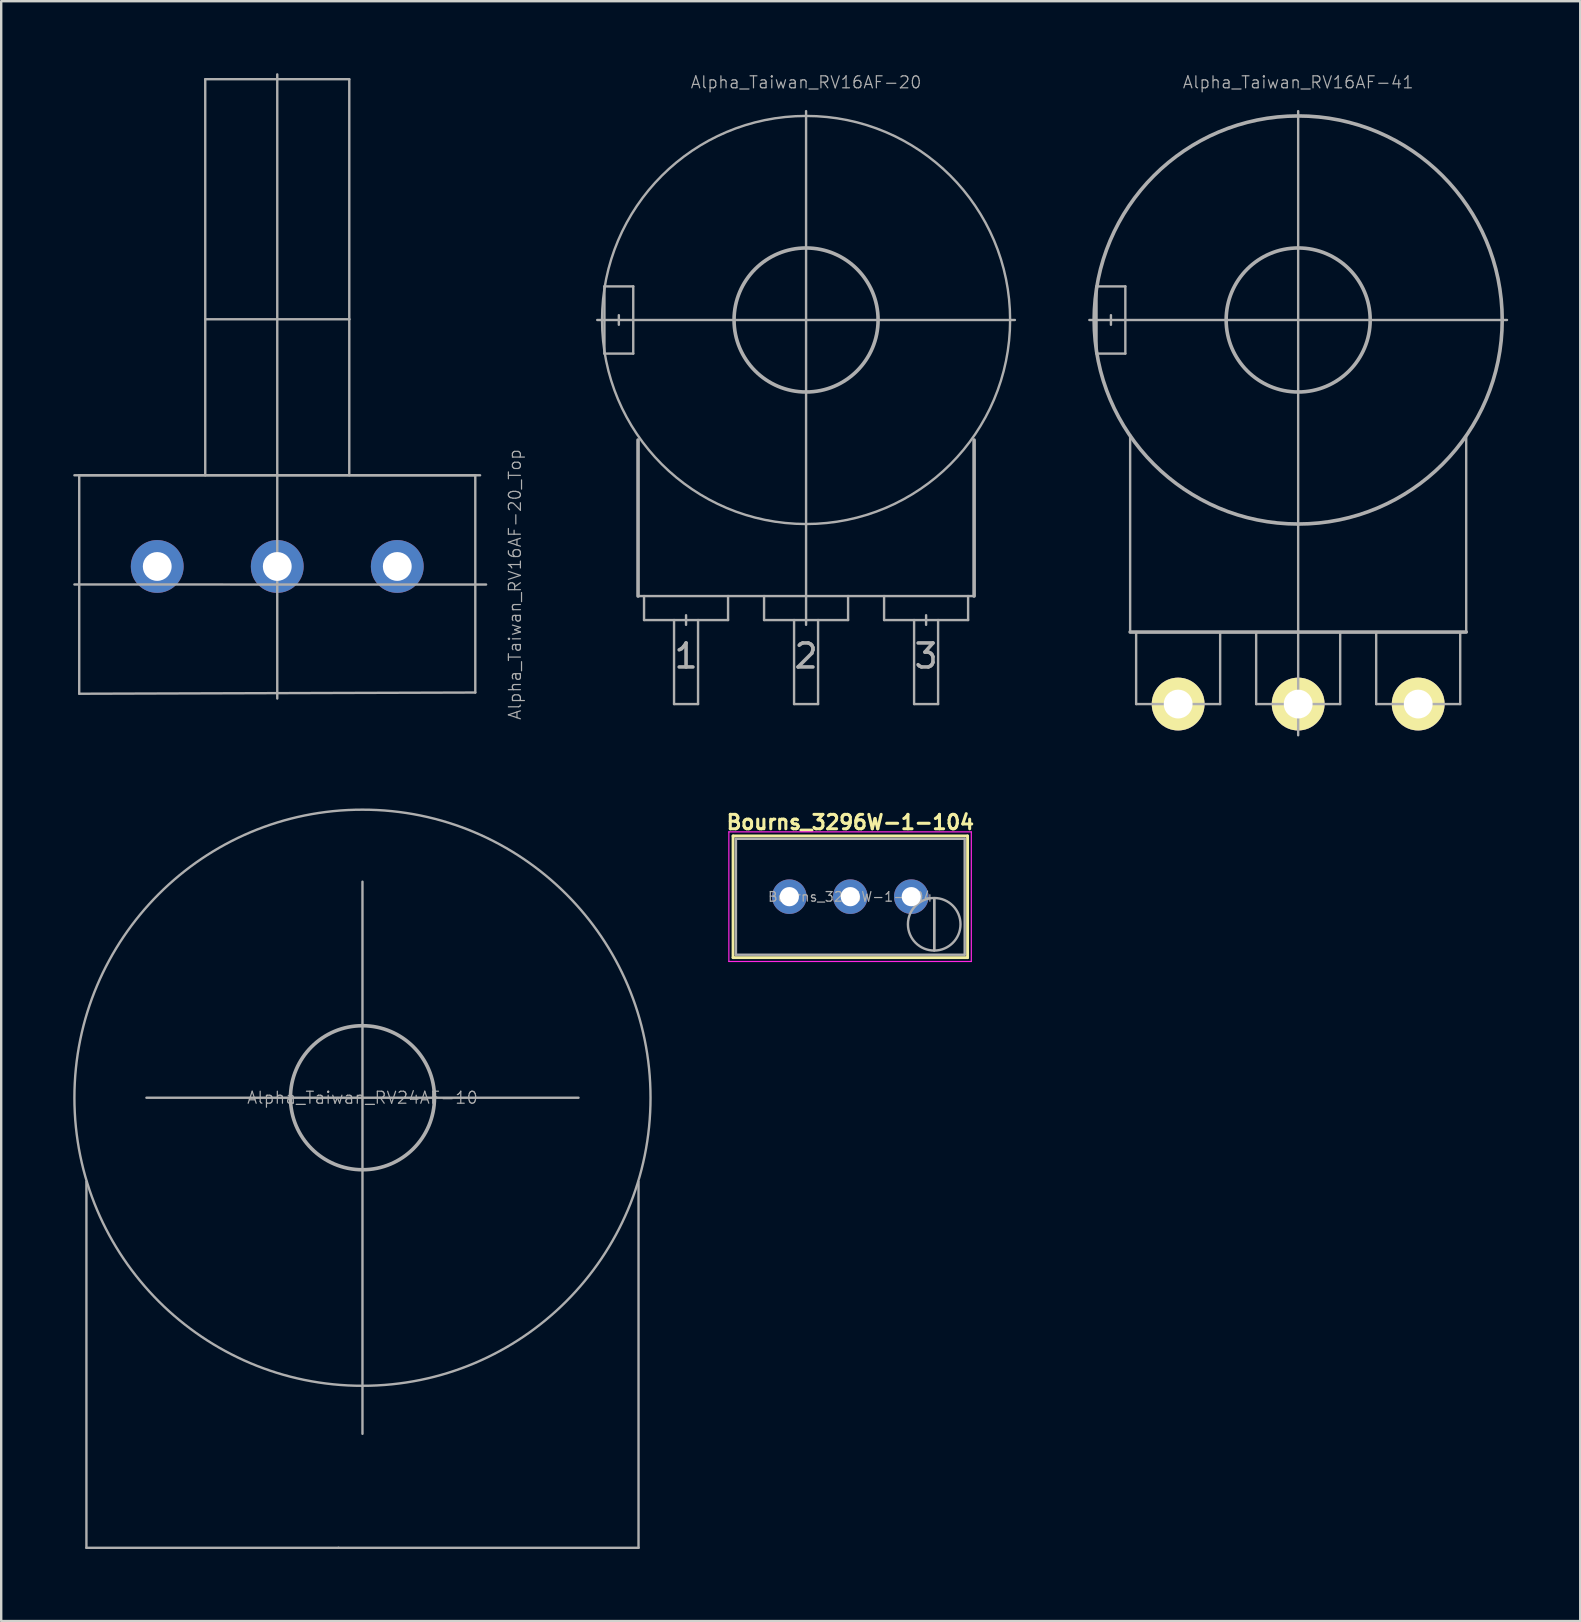
<source format=kicad_pcb>
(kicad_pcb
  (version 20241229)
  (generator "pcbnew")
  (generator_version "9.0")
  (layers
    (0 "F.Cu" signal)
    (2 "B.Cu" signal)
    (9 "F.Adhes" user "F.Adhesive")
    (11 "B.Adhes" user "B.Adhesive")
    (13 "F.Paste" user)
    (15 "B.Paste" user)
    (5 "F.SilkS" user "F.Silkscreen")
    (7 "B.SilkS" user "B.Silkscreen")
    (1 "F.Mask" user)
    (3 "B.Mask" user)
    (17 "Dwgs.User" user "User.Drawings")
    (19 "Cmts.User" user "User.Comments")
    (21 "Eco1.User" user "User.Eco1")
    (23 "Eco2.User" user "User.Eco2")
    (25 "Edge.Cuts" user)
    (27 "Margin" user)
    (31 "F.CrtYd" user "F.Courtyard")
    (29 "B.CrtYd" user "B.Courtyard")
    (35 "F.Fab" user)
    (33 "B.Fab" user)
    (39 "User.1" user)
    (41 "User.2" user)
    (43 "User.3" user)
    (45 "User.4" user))
  (footprint "Alpha_Taiwan_RV16AF-20"
    (layer "F.Cu")
    (at 30.53 10.28)
    (property "Reference" "Alpha_Taiwan_RV16AF-20" (at 0 -9.9 0) (layer "F.Fab") (effects (font (size 0.5 0.5) (thickness 0.05))))
    (attr through_hole)
    (fp_line (start -8.7 0) (end 8.7 0) (stroke (width 0.1) (type solid)) (layer "F.Fab"))
    (fp_line (start -8.4 -1.4) (end -7.2 -1.4) (stroke (width 0.1) (type solid)) (layer "F.Fab"))
    (fp_line (start -8.4 1.4) (end -8.4 -1.4) (stroke (width 0.1) (type solid)) (layer "F.Fab"))
    (fp_line (start -7.8 -0.2) (end -7.8 0.2) (stroke (width 0.1) (type solid)) (layer "F.Fab"))
    (fp_line (start -7.2 -1.4) (end -7.2 1.4) (stroke (width 0.1) (type solid)) (layer "F.Fab"))
    (fp_line (start -7.2 1.4) (end -8.4 1.4) (stroke (width 0.1) (type solid)) (layer "F.Fab"))
    (fp_line (start -7 11.5) (end -7 5) (stroke (width 0.15) (type solid)) (layer "F.Fab"))
    (fp_line (start -7 11.5) (end 7 11.5) (stroke (width 0.1) (type solid)) (layer "F.Fab"))
    (fp_line (start -6.75 12.5) (end -6.75 11.5) (stroke (width 0.1) (type solid)) (layer "F.Fab"))
    (fp_line (start -5.5 12.5) (end -5.5 16) (stroke (width 0.1) (type solid)) (layer "F.Fab"))
    (fp_line (start -5.5 16) (end -4.5 16) (stroke (width 0.1) (type solid)) (layer "F.Fab"))
    (fp_line (start -5 12.3) (end -5 12.7) (stroke (width 0.1) (type solid)) (layer "F.Fab"))
    (fp_line (start -4.5 16) (end -4.5 12.5) (stroke (width 0.1) (type solid)) (layer "F.Fab"))
    (fp_line (start -3.25 11.5) (end -3.25 12.5) (stroke (width 0.1) (type solid)) (layer "F.Fab"))
    (fp_line (start -3.25 12.5) (end -6.75 12.5) (stroke (width 0.1) (type solid)) (layer "F.Fab"))
    (fp_line (start -1.75 12.5) (end -1.75 11.5) (stroke (width 0.1) (type solid)) (layer "F.Fab"))
    (fp_line (start -0.5 12.5) (end -0.5 16) (stroke (width 0.1) (type solid)) (layer "F.Fab"))
    (fp_line (start -0.5 16) (end 0.5 16) (stroke (width 0.1) (type solid)) (layer "F.Fab"))
    (fp_line (start 0 0) (end 0 -8.7) (stroke (width 0.1) (type solid)) (layer "F.Fab"))
    (fp_line (start 0 0) (end 0 12.7) (stroke (width 0.1) (type solid)) (layer "F.Fab"))
    (fp_line (start 0.5 16) (end 0.5 12.5) (stroke (width 0.1) (type solid)) (layer "F.Fab"))
    (fp_line (start 1.75 11.5) (end 1.75 12.5) (stroke (width 0.1) (type solid)) (layer "F.Fab"))
    (fp_line (start 1.75 12.5) (end -1.75 12.5) (stroke (width 0.1) (type solid)) (layer "F.Fab"))
    (fp_line (start 3.25 12.5) (end 3.25 11.5) (stroke (width 0.1) (type solid)) (layer "F.Fab"))
    (fp_line (start 4.5 12.5) (end 4.5 16) (stroke (width 0.1) (type solid)) (layer "F.Fab"))
    (fp_line (start 4.5 16) (end 5.5 16) (stroke (width 0.1) (type solid)) (layer "F.Fab"))
    (fp_line (start 5 12.3) (end 5 12.7) (stroke (width 0.1) (type solid)) (layer "F.Fab"))
    (fp_line (start 5.5 16) (end 5.5 12.5) (stroke (width 0.1) (type solid)) (layer "F.Fab"))
    (fp_line (start 6.75 11.5) (end 6.75 12.5) (stroke (width 0.1) (type solid)) (layer "F.Fab"))
    (fp_line (start 6.75 12.5) (end 3.25 12.5) (stroke (width 0.1) (type solid)) (layer "F.Fab"))
    (fp_line (start 7 11.5) (end 7 5) (stroke (width 0.15) (type solid)) (layer "F.Fab"))
    (fp_circle (center 0 0) (end 0 -8.5) (stroke (width 0.1) (type solid)) (fill no) (layer "F.Fab"))
    (fp_circle (center 0 0) (end 3 0) (stroke (width 0.15) (type solid)) (fill no) (layer "F.Fab"))
    (fp_text user "2" (at 0 14 0) (layer "F.Fab") (effects (font (size 1 1) (thickness 0.15))))
    (fp_text user "3" (at 5 14 0) (layer "F.Fab") (effects (font (size 1 1) (thickness 0.15))))
    (fp_text user "1" (at -5 14 0) (layer "F.Fab") (effects (font (size 1 1) (thickness 0.15)))))
  (footprint "Alpha_Taiwan_RV24AF-10"
    (layer "F.Cu")
    (at 12.05 42.68)
    (property "Reference" "Alpha_Taiwan_RV24AF-10" (at 0 0 0) (layer "F.Fab") (effects (font (size 0.5 0.5) (thickness 0.05))))
    (attr through_hole)
    (fp_line (start -11.5 18.75) (end -11.5 3.5) (stroke (width 0.1) (type solid)) (layer "F.Fab"))
    (fp_line (start -9 0) (end 9 0) (stroke (width 0.1) (type solid)) (layer "F.Fab"))
    (fp_line (start -1 18.75) (end -11.5 18.75) (stroke (width 0.1) (type solid)) (layer "F.Fab"))
    (fp_line (start -1 18.75) (end 11.5 18.75) (stroke (width 0.1) (type solid)) (layer "F.Fab"))
    (fp_line (start 0 0) (end 0 -9) (stroke (width 0.1) (type solid)) (layer "F.Fab"))
    (fp_line (start 0 0) (end 0 14) (stroke (width 0.1) (type solid)) (layer "F.Fab"))
    (fp_line (start 11.5 18.75) (end 11.5 3.5) (stroke (width 0.1) (type solid)) (layer "F.Fab"))
    (fp_circle (center 0 0) (end 3 0) (stroke (width 0.15) (type solid)) (fill no) (layer "F.Fab"))
    (fp_circle (center 0 0) (end 12 0) (stroke (width 0.1) (type solid)) (fill no) (layer "F.Fab")))
  (footprint "Bourns_3296W-1-104"
    (layer "F.Cu")
    (at 32.373 34.304)
    (property "Reference" "Bourns_3296W-1-104" (at 0 -3.1 0) (layer "F.SilkS") (effects (font (size 0.6 0.6) (thickness 0.127))))
    (attr through_hole)
    (fp_line (start -4.885 -2.53) (end -4.885 2.54) (stroke (width 0.12) (type solid)) (layer "F.SilkS"))
    (fp_line (start -4.885 -2.53) (end 4.885 -2.53) (stroke (width 0.12) (type solid)) (layer "F.SilkS"))
    (fp_line (start -4.885 2.54) (end 4.885 2.54) (stroke (width 0.12) (type solid)) (layer "F.SilkS"))
    (fp_line (start 4.885 -2.53) (end 4.885 2.54) (stroke (width 0.12) (type solid)) (layer "F.SilkS"))
    (fp_line (start -5.06 -2.7) (end -5.06 2.7) (stroke (width 0.05) (type solid)) (layer "F.CrtYd"))
    (fp_line (start -5.06 2.7) (end 5.04 2.7) (stroke (width 0.05) (type solid)) (layer "F.CrtYd"))
    (fp_line (start 5.04 -2.7) (end -5.06 -2.7) (stroke (width 0.05) (type solid)) (layer "F.CrtYd"))
    (fp_line (start 5.04 2.7) (end 5.04 -2.7) (stroke (width 0.05) (type solid)) (layer "F.CrtYd"))
    (fp_line (start -4.765 -2.41) (end -4.765 2.42) (stroke (width 0.1) (type solid)) (layer "F.Fab"))
    (fp_line (start -4.765 2.42) (end 4.765 2.42) (stroke (width 0.1) (type solid)) (layer "F.Fab"))
    (fp_line (start 3.495 2.235) (end 3.496 0.066) (stroke (width 0.1) (type solid)) (layer "F.Fab"))
    (fp_line (start 3.495 2.235) (end 3.496 0.066) (stroke (width 0.1) (type solid)) (layer "F.Fab"))
    (fp_line (start 4.765 -2.41) (end -4.765 -2.41) (stroke (width 0.1) (type solid)) (layer "F.Fab"))
    (fp_line (start 4.765 2.42) (end 4.765 -2.41) (stroke (width 0.1) (type solid)) (layer "F.Fab"))
    (fp_circle (center 3.495 1.15) (end 4.59 1.15) (stroke (width 0.1) (type solid)) (fill no) (layer "F.Fab"))
    (fp_text user "${REFERENCE}" (at 0 0.005 0) (layer "F.Fab") (effects (font (size 0.4 0.4) (thickness 0.05))))
    (pad "1" thru_hole circle (at 2.54 0) (size 1.44 1.44) (drill 0.8) (layers "*.Cu" "*.Mask"))
    (pad "2" thru_hole circle (at 0 0) (size 1.44 1.44) (drill 0.8) (layers "*.Cu" "*.Mask"))
    (pad "3" thru_hole circle (at -2.54 0) (size 1.44 1.44) (drill 0.8) (layers "*.Cu" "*.Mask")))
  (footprint "Alpha_Taiwan_RV16AF-41"
    (layer "F.Cu")
    (at 51.03 10.28)
    (property "Reference" "Alpha_Taiwan_RV16AF-41" (at 0 -9.9 0) (layer "F.Fab") (effects (font (size 0.5 0.5) (thickness 0.05))))
    (attr through_hole)
    (fp_line (start -8.7 0) (end 8.7 0) (stroke (width 0.1) (type solid)) (layer "F.Fab"))
    (fp_line (start -8.4 -1.4) (end -8.4 1.4) (stroke (width 0.1) (type solid)) (layer "F.Fab"))
    (fp_line (start -8.4 1.4) (end -7.2 1.4) (stroke (width 0.1) (type solid)) (layer "F.Fab"))
    (fp_line (start -7.8 -0.2) (end -7.8 0.2) (stroke (width 0.1) (type solid)) (layer "F.Fab"))
    (fp_line (start -7.2 -1.4) (end -8.4 -1.4) (stroke (width 0.1) (type solid)) (layer "F.Fab"))
    (fp_line (start -7.2 1.4) (end -7.2 -1.4) (stroke (width 0.1) (type solid)) (layer "F.Fab"))
    (fp_line (start -7 13) (end -7 4.8) (stroke (width 0.1) (type solid)) (layer "F.Fab"))
    (fp_line (start -7 13) (end 7 13) (stroke (width 0.15) (type solid)) (layer "F.Fab"))
    (fp_line (start -6.75 16) (end -6.75 13) (stroke (width 0.1) (type solid)) (layer "F.Fab"))
    (fp_line (start -5 15.8) (end -5 16.2) (stroke (width 0.1) (type solid)) (layer "F.Fab"))
    (fp_line (start -3.25 16) (end -6.75 16) (stroke (width 0.1) (type solid)) (layer "F.Fab"))
    (fp_line (start -3.25 16) (end -3.25 13) (stroke (width 0.1) (type solid)) (layer "F.Fab"))
    (fp_line (start -1.75 16) (end -1.75 13) (stroke (width 0.1) (type solid)) (layer "F.Fab"))
    (fp_line (start 0 -8.7) (end 0 17.3) (stroke (width 0.1) (type solid)) (layer "F.Fab"))
    (fp_line (start 1.75 13) (end 1.75 16) (stroke (width 0.1) (type solid)) (layer "F.Fab"))
    (fp_line (start 1.75 16) (end -1.75 16) (stroke (width 0.1) (type solid)) (layer "F.Fab"))
    (fp_line (start 3.25 16) (end 3.25 13) (stroke (width 0.1) (type solid)) (layer "F.Fab"))
    (fp_line (start 3.25 16) (end 6.75 16) (stroke (width 0.1) (type solid)) (layer "F.Fab"))
    (fp_line (start 5 15.8) (end 5 16.2) (stroke (width 0.1) (type solid)) (layer "F.Fab"))
    (fp_line (start 6.75 16) (end 6.75 13) (stroke (width 0.1) (type solid)) (layer "F.Fab"))
    (fp_line (start 7 13) (end 7 4.8) (stroke (width 0.1) (type solid)) (layer "F.Fab"))
    (fp_circle (center 0 0) (end 3 0) (stroke (width 0.15) (type solid)) (fill no) (layer "F.Fab"))
    (fp_circle (center 0 0) (end 8.5 0) (stroke (width 0.15) (type solid)) (fill no) (layer "F.Fab"))
    (pad "1" thru_hole circle (at -5 16) (size 2.2 2.2) (drill 1.2) (layers "*.Cu" "*.Mask" "F.SilkS"))
    (pad "2" thru_hole circle (at 0 16) (size 2.2 2.2) (drill 1.2) (layers "*.Cu" "*.Mask" "F.SilkS"))
    (pad "3" thru_hole circle (at 5 16) (size 2.2 2.2) (drill 1.2) (layers "*.Cu" "*.Mask" "F.SilkS")))
  (footprint "Alpha_Taiwan_RV16AF-20_Top"
    (layer "F.Cu")
    (at 8.5 21.298)
    (property "Reference" "Alpha_Taiwan_RV16AF-20_Top" (at 9.9 0.002 270) (layer "F.Fab") (effects (font (size 0.5 0.5) (thickness 0.05))))
    (attr through_hole)
    (fp_line (start -8.25 -4.548) (end -8.25 4.552) (stroke (width 0.1) (type solid)) (layer "F.Fab"))
    (fp_line (start -8.25 4.552) (end 8.25 4.502) (stroke (width 0.1) (type solid)) (layer "F.Fab"))
    (fp_line (start -3 -21.048) (end -3 -11.048) (stroke (width 0.1) (type solid)) (layer "F.Fab"))
    (fp_line (start -3 -11.048) (end -3 -4.548) (stroke (width 0.1) (type solid)) (layer "F.Fab"))
    (fp_line (start 0.000059 -21.248) (end 0.000059 4.752) (stroke (width 0.1) (type solid)) (layer "F.Fab"))
    (fp_line (start 0.000059 0.002) (end -8.45 0) (stroke (width 0.1) (type solid)) (layer "F.Fab"))
    (fp_line (start 0.000059 0.002) (end 8.7 0.002) (stroke (width 0.1) (type solid)) (layer "F.Fab"))
    (fp_line (start 3 -21.048) (end -3 -21.048) (stroke (width 0.1) (type solid)) (layer "F.Fab"))
    (fp_line (start 3 -11.048) (end -3 -11.048) (stroke (width 0.1) (type solid)) (layer "F.Fab"))
    (fp_line (start 3 -11.048) (end 3 -21.048) (stroke (width 0.1) (type solid)) (layer "F.Fab"))
    (fp_line (start 3 -4.548) (end 3 -11.048) (stroke (width 0.1) (type solid)) (layer "F.Fab"))
    (fp_line (start 8.25 -4.548) (end -8.25 -4.548) (stroke (width 0.1) (type solid)) (layer "F.Fab"))
    (fp_line (start 8.25 4.502) (end 8.25 -4.548) (stroke (width 0.1) (type solid)) (layer "F.Fab"))
    (fp_line (start 8.45 -4.548) (end -8.45 -4.548) (stroke (width 0.1) (type solid)) (layer "F.Fab"))
    (pad "1" thru_hole circle (at 5 -0.75) (size 2.2 2.2) (drill 1.2) (layers "*.Cu" "*.Mask"))
    (pad "2" thru_hole circle (at 0 -0.75) (size 2.2 2.2) (drill 1.2) (layers "*.Cu" "*.Mask"))
    (pad "3" thru_hole circle (at -5 -0.75) (size 2.2 2.2) (drill 1.2) (layers "*.Cu" "*.Mask")))
  (gr_rect
    (start -3 -3)
    (end 62.78 64.48)
    (stroke (width 0.1) (type default))
    (fill no)
    (layer "Edge.Cuts")))
</source>
